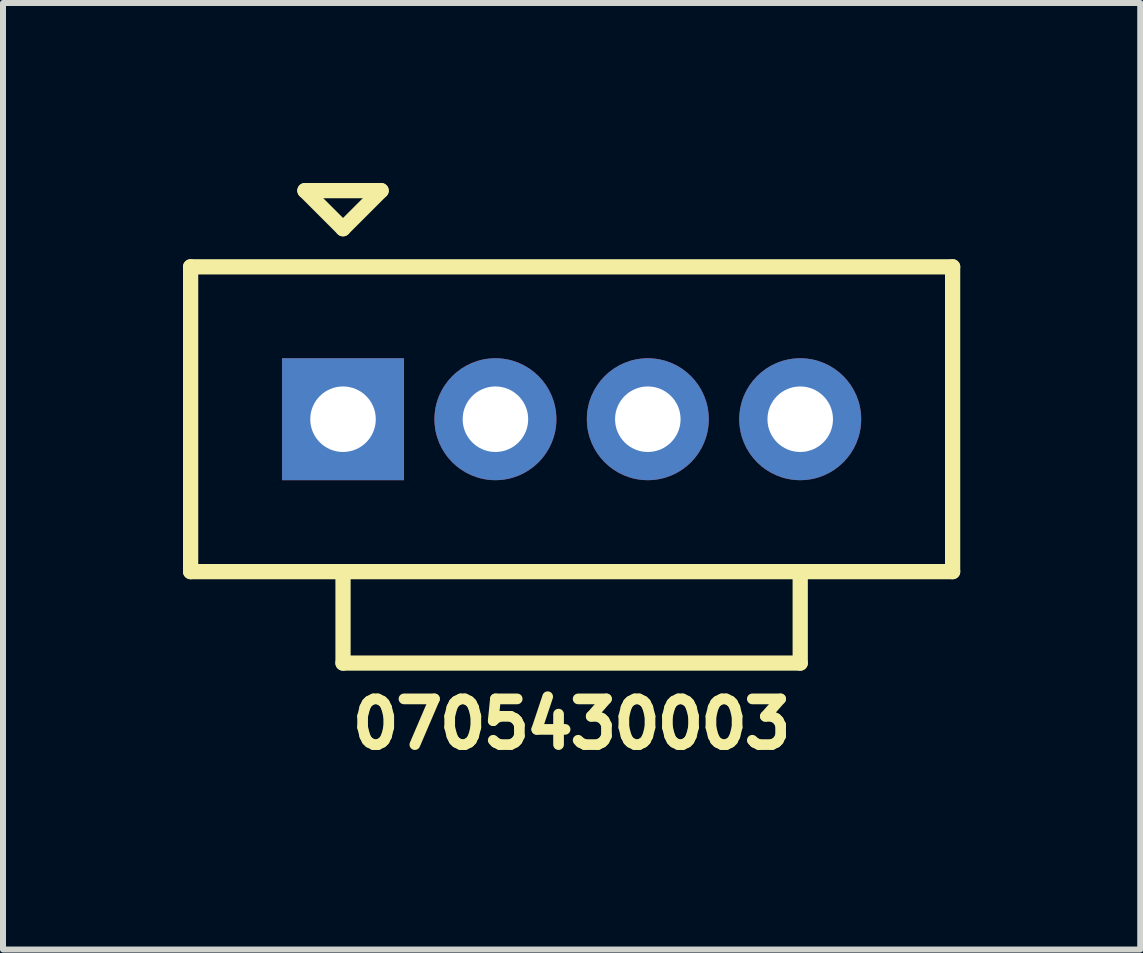
<source format=kicad_pcb>
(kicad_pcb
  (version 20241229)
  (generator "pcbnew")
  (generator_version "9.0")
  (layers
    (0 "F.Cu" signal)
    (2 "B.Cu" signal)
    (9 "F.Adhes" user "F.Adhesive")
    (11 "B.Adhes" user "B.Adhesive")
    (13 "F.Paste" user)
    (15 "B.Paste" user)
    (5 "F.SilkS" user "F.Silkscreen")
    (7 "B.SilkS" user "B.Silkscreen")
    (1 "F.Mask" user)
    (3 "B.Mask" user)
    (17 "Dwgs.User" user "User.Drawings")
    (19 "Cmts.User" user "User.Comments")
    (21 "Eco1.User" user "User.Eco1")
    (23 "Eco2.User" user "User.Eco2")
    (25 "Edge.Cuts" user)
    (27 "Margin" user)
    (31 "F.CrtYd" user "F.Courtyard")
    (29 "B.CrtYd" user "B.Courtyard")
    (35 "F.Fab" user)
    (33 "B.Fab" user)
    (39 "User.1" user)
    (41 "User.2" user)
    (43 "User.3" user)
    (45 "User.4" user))
  (footprint "0705430003"
    (layer "F.Cu")
    (at 6.477 3.937)
    (property "Reference" "0705430003" (at 0 5.08 0) (layer "F.SilkS") (effects (font (size 0.762 0.762) (thickness 0.178))))
    (attr through_hole)
    (fp_line (start -6.35 -2.54) (end -6.35 2.54) (stroke (width 0.254) (type solid)) (layer "F.SilkS"))
    (fp_line (start -6.35 2.54) (end 6.35 2.54) (stroke (width 0.254) (type solid)) (layer "F.SilkS"))
    (fp_line (start -4.445 -3.81) (end -3.175 -3.81) (stroke (width 0.254) (type solid)) (layer "F.SilkS"))
    (fp_line (start -3.81 -3.175) (end -4.445 -3.81) (stroke (width 0.254) (type solid)) (layer "F.SilkS"))
    (fp_line (start -3.81 2.54) (end -3.81 4.064) (stroke (width 0.254) (type solid)) (layer "F.SilkS"))
    (fp_line (start -3.81 4.064) (end 3.81 4.064) (stroke (width 0.254) (type solid)) (layer "F.SilkS"))
    (fp_line (start -3.175 -3.81) (end -3.81 -3.175) (stroke (width 0.254) (type solid)) (layer "F.SilkS"))
    (fp_line (start 3.81 4.064) (end 3.81 2.54) (stroke (width 0.254) (type solid)) (layer "F.SilkS"))
    (fp_line (start 6.35 -2.54) (end -6.35 -2.54) (stroke (width 0.254) (type solid)) (layer "F.SilkS"))
    (fp_line (start 6.35 2.54) (end 6.35 -2.54) (stroke (width 0.254) (type solid)) (layer "F.SilkS"))
    (pad "1" thru_hole rect (at -3.81 0) (size 2.032 2.032) (drill 1.092) (layers "*.Cu" "*.Mask"))
    (pad "2" thru_hole circle (at -1.27 0) (size 2.032 2.032) (drill 1.092) (layers "*.Cu" "*.Mask"))
    (pad "3" thru_hole circle (at 1.27 0) (size 2.032 2.032) (drill 1.092) (layers "*.Cu" "*.Mask"))
    (pad "4" thru_hole circle (at 3.81 0) (size 2.032 2.032) (drill 1.092) (layers "*.Cu" "*.Mask")))
  (gr_rect
    (start -3 -3)
    (end 15.954 12.775)
    (stroke (width 0.1) (type default))
    (fill no)
    (layer "Edge.Cuts")))
</source>
